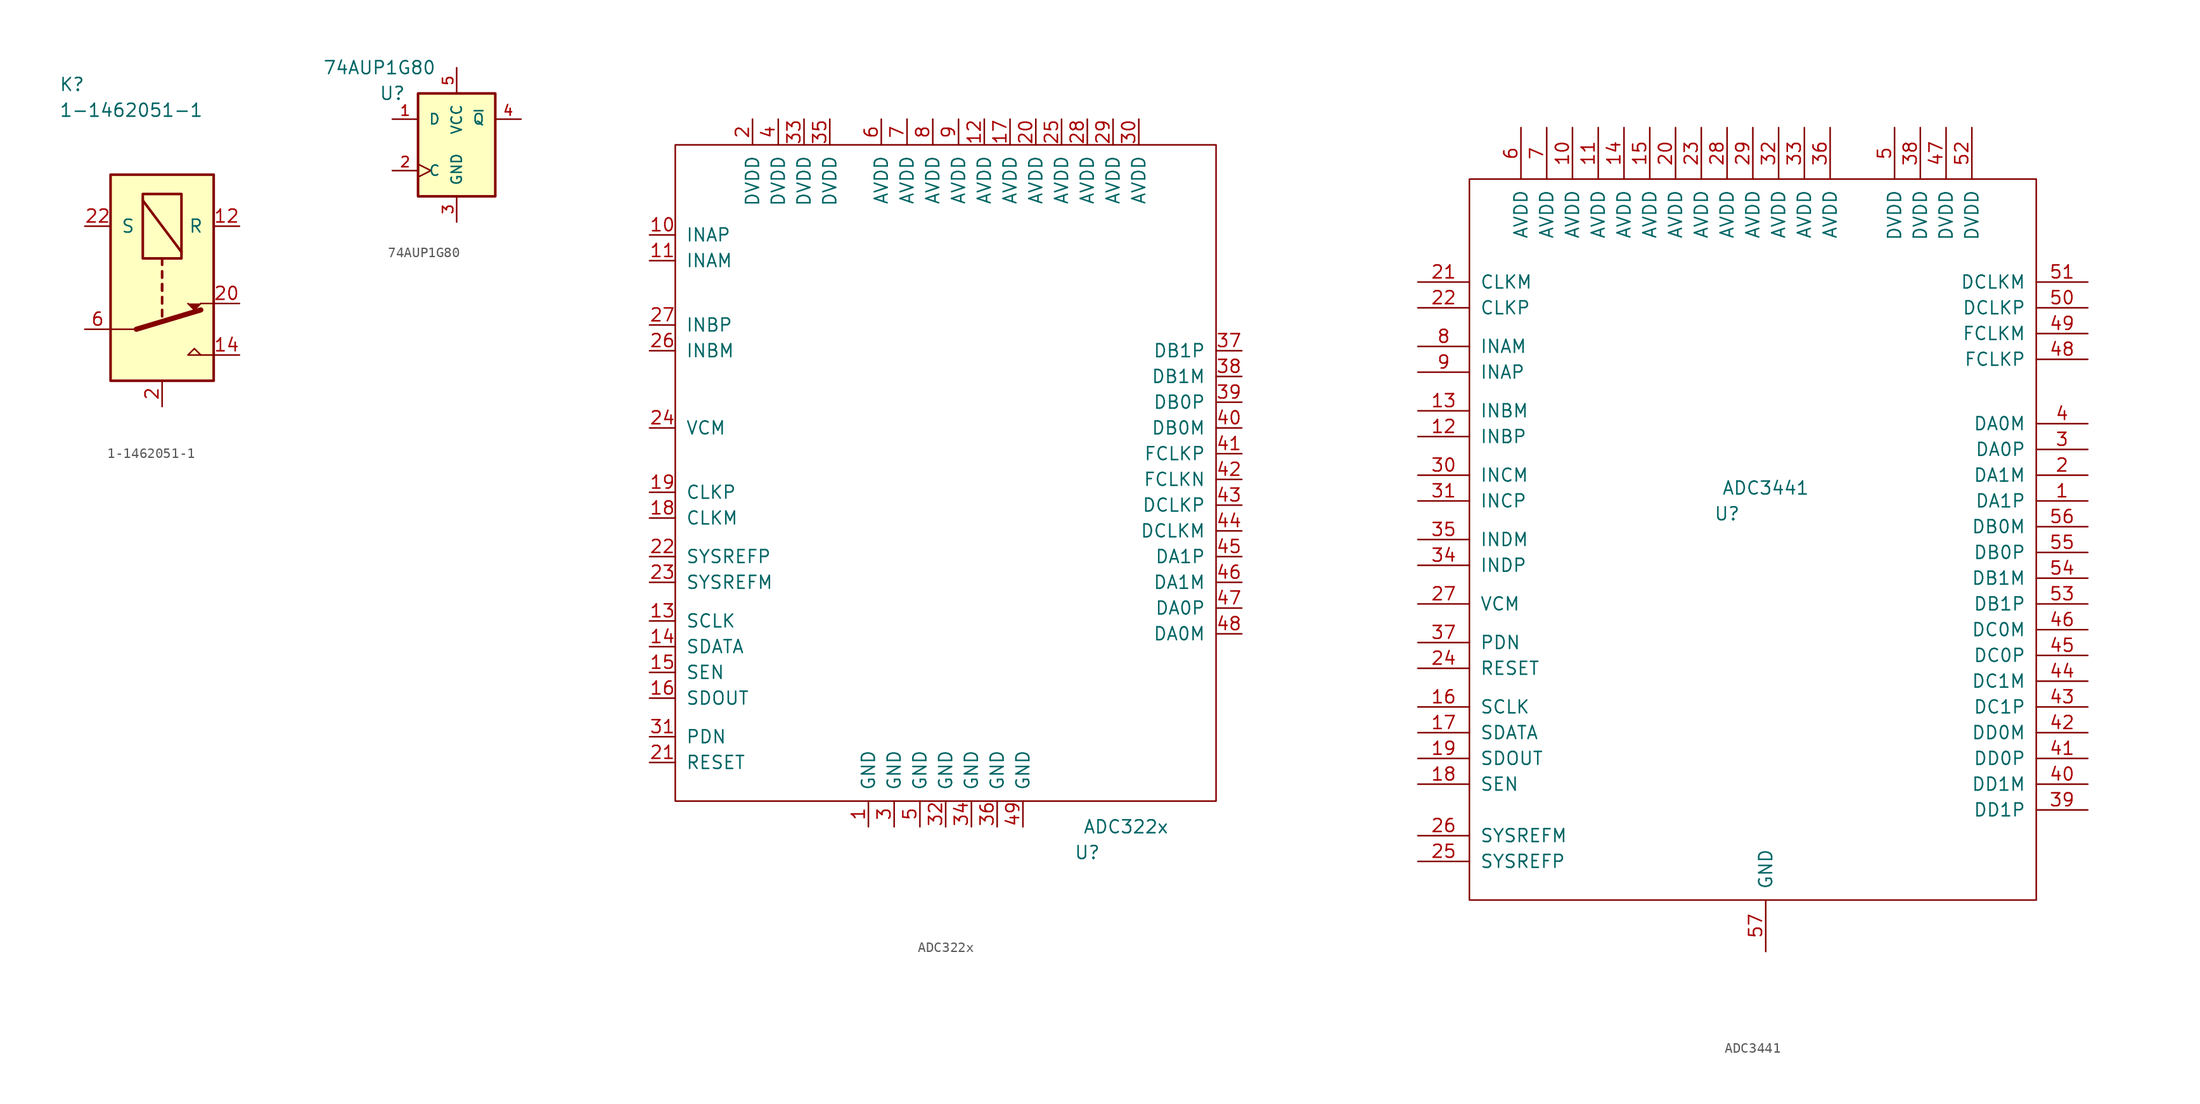
<source format=kicad_sym>
(kicad_symbol_lib
  (version 20201005)
  (generator kicad_symbol_editor)
  (symbol "vna_mm:1-1462051-1"
    (pin_names
      (offset 1.016))
    (property "Reference" "K"
      (at -11.43 19.05 0)
      (effects (font (size 1.27 1.27)) (justify left)))
    (property "Value" "1-1462051-1"
      (at -11.43 16.51 0)
      (effects (font (size 1.27 1.27)) (justify left)))
    (symbol "1-1462051-1_0_0"
      (polyline (pts (xy 2.54 -7.62) (xy 3.81 -7.62)) (stroke (width 0)) (fill (type none)))
      (polyline (pts (xy 2.54 -2.54) (xy 3.81 -2.54)) (stroke (width 0)) (fill (type none)))
      (polyline (pts (xy 2.54 -7.62) (xy 1.27 -7.62) (xy 1.905 -6.985) (xy 2.54 -7.62)) (stroke (width 0)) (fill (type none))))
    (symbol "1-1462051-1_0_1"
      (rectangle (start 0.635 8.255) (end -3.175 1.905) (stroke (width 0.254)) (fill (type none)))
      (rectangle (start 3.81 10.16) (end -6.35 -10.16) (stroke (width 0.254)) (fill (type background)))
      (polyline (pts (xy -3.81 -5.08) (xy -6.35 -5.08)) (stroke (width 0)) (fill (type none)))
      (polyline (pts (xy -3.81 -5.08) (xy 2.54 -3.175)) (stroke (width 0.508)) (fill (type none)))
      (polyline (pts (xy -3.175 7.62) (xy 0.635 2.54)) (stroke (width 0.254)) (fill (type none)))
      (polyline (pts (xy -1.27 -3.175) (xy -1.27 -3.81)) (stroke (width 0.254)) (fill (type none)))
      (polyline (pts (xy -1.27 -1.905) (xy -1.27 -2.54)) (stroke (width 0.254)) (fill (type none)))
      (polyline (pts (xy -1.27 -0.635) (xy -1.27 -1.27)) (stroke (width 0.254)) (fill (type none)))
      (polyline (pts (xy -1.27 -0.635) (xy -1.27 -1.27)) (stroke (width 0.254)) (fill (type none)))
      (polyline (pts (xy -1.27 0.635) (xy -1.27 0)) (stroke (width 0.254)) (fill (type none)))
      (polyline (pts (xy -1.27 1.905) (xy -1.27 1.27)) (stroke (width 0.254)) (fill (type none)))
      (polyline (pts (xy 1.27 -2.54) (xy 1.905 -3.175) (xy 2.54 -2.54)) (stroke (width 0)) (fill (type outline))))
    (symbol "1-1462051-1_1_1"
      (pin passive line (at 6.35 5.08 180) (length 2.54) hide (name "~" (effects (font (size 1.27 1.27)))) (number "1" (effects (font (size 1.27 1.27)))))
      (pin passive line (at -1.27 -12.7 90) (length 2.54) hide (name "~" (effects (font (size 1.27 1.27)))) (number "10" (effects (font (size 1.27 1.27)))))
      (pin passive line (at -8.89 5.08 0) (length 2.54) hide (name "~" (effects (font (size 1.27 1.27)))) (number "11" (effects (font (size 1.27 1.27)))))
      (pin passive line (at 6.35 5.08 180) (length 2.54) (name "R" (effects (font (size 1.27 1.27)))) (number "12" (effects (font (size 1.27 1.27)))))
      (pin passive line (at -1.27 -12.7 90) (length 2.54) hide (name "~" (effects (font (size 1.27 1.27)))) (number "13" (effects (font (size 1.27 1.27)))))
      (pin passive line (at 6.35 -7.62 180) (length 2.54) (name "~" (effects (font (size 1.27 1.27)))) (number "14" (effects (font (size 1.27 1.27)))))
      (pin passive line (at -1.27 -12.7 90) (length 2.54) hide (name "~" (effects (font (size 1.27 1.27)))) (number "15" (effects (font (size 1.27 1.27)))))
      (pin passive line (at -1.27 -12.7 90) (length 2.54) hide (name "~" (effects (font (size 1.27 1.27)))) (number "17" (effects (font (size 1.27 1.27)))))
      (pin passive line (at -1.27 -12.7 90) (length 2.54) hide (name "~" (effects (font (size 1.27 1.27)))) (number "19" (effects (font (size 1.27 1.27)))))
      (pin power_in line (at -1.27 -12.7 90) (length 2.54) (name "~" (effects (font (size 1.27 1.27)))) (number "2" (effects (font (size 1.27 1.27)))))
      (pin passive line (at 6.35 -2.54 180) (length 2.54) (name "~" (effects (font (size 1.27 1.27)))) (number "20" (effects (font (size 1.27 1.27)))))
      (pin passive line (at -1.27 -12.7 90) (length 2.54) hide (name "~" (effects (font (size 1.27 1.27)))) (number "21" (effects (font (size 1.27 1.27)))))
      (pin passive line (at -8.89 5.08 0) (length 2.54) (name "S" (effects (font (size 1.27 1.27)))) (number "22" (effects (font (size 1.27 1.27)))))
      (pin passive line (at -1.27 -12.7 90) (length 2.54) hide (name "~" (effects (font (size 1.27 1.27)))) (number "5" (effects (font (size 1.27 1.27)))))
      (pin passive line (at -8.89 -5.08 0) (length 2.54) (name "~" (effects (font (size 1.27 1.27)))) (number "6" (effects (font (size 1.27 1.27)))))
      (pin passive line (at -1.27 -12.7 90) (length 2.54) hide (name "~" (effects (font (size 1.27 1.27)))) (number "7" (effects (font (size 1.27 1.27)))))))
  (symbol "vna_mm:74AUP1G80"
    (pin_names
      (offset 1.016))
    (property "Reference" "U"
      (at -6.35 5.08 0)
      (effects (font (size 1.27 1.27))))
    (property "Value" "74AUP1G80"
      (at -7.62 7.62 0)
      (effects (font (size 1.27 1.27))))
    (symbol "74AUP1G80_0_1"
      (rectangle (start -3.81 5.08) (end 3.81 -5.08) (stroke (width 0.254)) (fill (type background))))
    (symbol "74AUP1G80_1_1"
      (pin input line (at -6.35 2.54 0) (length 2.54) (name "D" (effects (font (size 1.016 1.016)))) (number "1" (effects (font (size 1.016 1.016)))))
      (pin input clock (at -6.35 -2.54 0) (length 2.54) (name "C" (effects (font (size 1.016 1.016)))) (number "2" (effects (font (size 1.016 1.016)))))
      (pin power_in line (at 0 -7.62 90) (length 2.54) (name "GND" (effects (font (size 1.016 1.016)))) (number "3" (effects (font (size 1.016 1.016)))))
      (pin output line (at 6.35 2.54 180) (length 2.54) (name "~Q" (effects (font (size 1.016 1.016)))) (number "4" (effects (font (size 1.016 1.016)))))
      (pin power_in line (at 0 7.62 270) (length 2.54) (name "VCC" (effects (font (size 1.016 1.016)))) (number "5" (effects (font (size 1.016 1.016)))))))
  (symbol "vna_mm:ADC322x"
    (pin_names
      (offset 1.016))
    (property "Reference" "U"
      (at 13.97 -35.56 0)
      (effects (font (size 1.27 1.27))))
    (property "Value" "ADC322x"
      (at 17.78 -33.02 0)
      (effects (font (size 1.27 1.27))))
    (symbol "ADC322x_0_1"
      (rectangle (start -26.67 34.29) (end 26.67 -30.48) (stroke (width 0)) (fill (type none))))
    (symbol "ADC322x_1_1"
      (pin power_in line (at -7.62 -33.02 90) (length 2.54) (name "GND" (effects (font (size 1.27 1.27)))) (number "1" (effects (font (size 1.27 1.27)))))
      (pin input line (at -29.21 25.4 0) (length 2.54) (name "INAP" (effects (font (size 1.27 1.27)))) (number "10" (effects (font (size 1.27 1.27)))))
      (pin input line (at -29.21 22.86 0) (length 2.54) (name "INAM" (effects (font (size 1.27 1.27)))) (number "11" (effects (font (size 1.27 1.27)))))
      (pin power_in line (at 3.81 36.83 270) (length 2.54) (name "AVDD" (effects (font (size 1.27 1.27)))) (number "12" (effects (font (size 1.27 1.27)))))
      (pin input line (at -29.21 -12.7 0) (length 2.54) (name "SCLK" (effects (font (size 1.27 1.27)))) (number "13" (effects (font (size 1.27 1.27)))))
      (pin input line (at -29.21 -15.24 0) (length 2.54) (name "SDATA" (effects (font (size 1.27 1.27)))) (number "14" (effects (font (size 1.27 1.27)))))
      (pin input line (at -29.21 -17.78 0) (length 2.54) (name "SEN" (effects (font (size 1.27 1.27)))) (number "15" (effects (font (size 1.27 1.27)))))
      (pin output line (at -29.21 -20.32 0) (length 2.54) (name "SDOUT" (effects (font (size 1.27 1.27)))) (number "16" (effects (font (size 1.27 1.27)))))
      (pin power_in line (at 6.35 36.83 270) (length 2.54) (name "AVDD" (effects (font (size 1.27 1.27)))) (number "17" (effects (font (size 1.27 1.27)))))
      (pin input line (at -29.21 -2.54 0) (length 2.54) (name "CLKM" (effects (font (size 1.27 1.27)))) (number "18" (effects (font (size 1.27 1.27)))))
      (pin input line (at -29.21 0 0) (length 2.54) (name "CLKP" (effects (font (size 1.27 1.27)))) (number "19" (effects (font (size 1.27 1.27)))))
      (pin power_in line (at -19.05 36.83 270) (length 2.54) (name "DVDD" (effects (font (size 1.27 1.27)))) (number "2" (effects (font (size 1.27 1.27)))))
      (pin power_in line (at 8.89 36.83 270) (length 2.54) (name "AVDD" (effects (font (size 1.27 1.27)))) (number "20" (effects (font (size 1.27 1.27)))))
      (pin input line (at -29.21 -26.67 0) (length 2.54) (name "RESET" (effects (font (size 1.27 1.27)))) (number "21" (effects (font (size 1.27 1.27)))))
      (pin input line (at -29.21 -6.35 0) (length 2.54) (name "SYSREFP" (effects (font (size 1.27 1.27)))) (number "22" (effects (font (size 1.27 1.27)))))
      (pin input line (at -29.21 -8.89 0) (length 2.54) (name "SYSREFM" (effects (font (size 1.27 1.27)))) (number "23" (effects (font (size 1.27 1.27)))))
      (pin power_in line (at -29.21 6.35 0) (length 2.54) (name "VCM" (effects (font (size 1.27 1.27)))) (number "24" (effects (font (size 1.27 1.27)))))
      (pin power_in line (at 11.43 36.83 270) (length 2.54) (name "AVDD" (effects (font (size 1.27 1.27)))) (number "25" (effects (font (size 1.27 1.27)))))
      (pin input line (at -29.21 13.97 0) (length 2.54) (name "INBM" (effects (font (size 1.27 1.27)))) (number "26" (effects (font (size 1.27 1.27)))))
      (pin input line (at -29.21 16.51 0) (length 2.54) (name "INBP" (effects (font (size 1.27 1.27)))) (number "27" (effects (font (size 1.27 1.27)))))
      (pin power_in line (at 13.97 36.83 270) (length 2.54) (name "AVDD" (effects (font (size 1.27 1.27)))) (number "28" (effects (font (size 1.27 1.27)))))
      (pin power_in line (at 16.51 36.83 270) (length 2.54) (name "AVDD" (effects (font (size 1.27 1.27)))) (number "29" (effects (font (size 1.27 1.27)))))
      (pin power_in line (at -5.08 -33.02 90) (length 2.54) (name "GND" (effects (font (size 1.27 1.27)))) (number "3" (effects (font (size 1.27 1.27)))))
      (pin power_in line (at 19.05 36.83 270) (length 2.54) (name "AVDD" (effects (font (size 1.27 1.27)))) (number "30" (effects (font (size 1.27 1.27)))))
      (pin input line (at -29.21 -24.13 0) (length 2.54) (name "PDN" (effects (font (size 1.27 1.27)))) (number "31" (effects (font (size 1.27 1.27)))))
      (pin power_in line (at 0 -33.02 90) (length 2.54) (name "GND" (effects (font (size 1.27 1.27)))) (number "32" (effects (font (size 1.27 1.27)))))
      (pin power_in line (at -13.97 36.83 270) (length 2.54) (name "DVDD" (effects (font (size 1.27 1.27)))) (number "33" (effects (font (size 1.27 1.27)))))
      (pin power_in line (at 2.54 -33.02 90) (length 2.54) (name "GND" (effects (font (size 1.27 1.27)))) (number "34" (effects (font (size 1.27 1.27)))))
      (pin power_in line (at -11.43 36.83 270) (length 2.54) (name "DVDD" (effects (font (size 1.27 1.27)))) (number "35" (effects (font (size 1.27 1.27)))))
      (pin power_in line (at 5.08 -33.02 90) (length 2.54) (name "GND" (effects (font (size 1.27 1.27)))) (number "36" (effects (font (size 1.27 1.27)))))
      (pin output line (at 29.21 13.97 180) (length 2.54) (name "DB1P" (effects (font (size 1.27 1.27)))) (number "37" (effects (font (size 1.27 1.27)))))
      (pin output line (at 29.21 11.43 180) (length 2.54) (name "DB1M" (effects (font (size 1.27 1.27)))) (number "38" (effects (font (size 1.27 1.27)))))
      (pin output line (at 29.21 8.89 180) (length 2.54) (name "DB0P" (effects (font (size 1.27 1.27)))) (number "39" (effects (font (size 1.27 1.27)))))
      (pin power_in line (at -16.51 36.83 270) (length 2.54) (name "DVDD" (effects (font (size 1.27 1.27)))) (number "4" (effects (font (size 1.27 1.27)))))
      (pin output line (at 29.21 6.35 180) (length 2.54) (name "DB0M" (effects (font (size 1.27 1.27)))) (number "40" (effects (font (size 1.27 1.27)))))
      (pin output line (at 29.21 3.81 180) (length 2.54) (name "FCLKP" (effects (font (size 1.27 1.27)))) (number "41" (effects (font (size 1.27 1.27)))))
      (pin output line (at 29.21 1.27 180) (length 2.54) (name "FCLKN" (effects (font (size 1.27 1.27)))) (number "42" (effects (font (size 1.27 1.27)))))
      (pin output line (at 29.21 -1.27 180) (length 2.54) (name "DCLKP" (effects (font (size 1.27 1.27)))) (number "43" (effects (font (size 1.27 1.27)))))
      (pin output line (at 29.21 -3.81 180) (length 2.54) (name "DCLKM" (effects (font (size 1.27 1.27)))) (number "44" (effects (font (size 1.27 1.27)))))
      (pin output line (at 29.21 -6.35 180) (length 2.54) (name "DA1P" (effects (font (size 1.27 1.27)))) (number "45" (effects (font (size 1.27 1.27)))))
      (pin output line (at 29.21 -8.89 180) (length 2.54) (name "DA1M" (effects (font (size 1.27 1.27)))) (number "46" (effects (font (size 1.27 1.27)))))
      (pin output line (at 29.21 -11.43 180) (length 2.54) (name "DA0P" (effects (font (size 1.27 1.27)))) (number "47" (effects (font (size 1.27 1.27)))))
      (pin output line (at 29.21 -13.97 180) (length 2.54) (name "DA0M" (effects (font (size 1.27 1.27)))) (number "48" (effects (font (size 1.27 1.27)))))
      (pin power_in line (at 7.62 -33.02 90) (length 2.54) (name "GND" (effects (font (size 1.27 1.27)))) (number "49" (effects (font (size 1.27 1.27)))))
      (pin power_in line (at -2.54 -33.02 90) (length 2.54) (name "GND" (effects (font (size 1.27 1.27)))) (number "5" (effects (font (size 1.27 1.27)))))
      (pin power_in line (at -6.35 36.83 270) (length 2.54) (name "AVDD" (effects (font (size 1.27 1.27)))) (number "6" (effects (font (size 1.27 1.27)))))
      (pin power_in line (at -3.81 36.83 270) (length 2.54) (name "AVDD" (effects (font (size 1.27 1.27)))) (number "7" (effects (font (size 1.27 1.27)))))
      (pin power_in line (at -1.27 36.83 270) (length 2.54) (name "AVDD" (effects (font (size 1.27 1.27)))) (number "8" (effects (font (size 1.27 1.27)))))
      (pin power_in line (at 1.27 36.83 270) (length 2.54) (name "AVDD" (effects (font (size 1.27 1.27)))) (number "9" (effects (font (size 1.27 1.27)))))))
  (symbol "vna_mm:ADC3441"
    (pin_names
      (offset 1.016))
    (property "Reference" "U"
      (at -3.81 2.54 0)
      (effects (font (size 1.27 1.27))))
    (property "Value" "ADC3441"
      (at 0 5.08 0)
      (effects (font (size 1.27 1.27))))
    (symbol "ADC3441_0_1"
      (rectangle (start -29.21 35.56) (end 26.67 -35.56) (stroke (width 0)) (fill (type none))))
    (symbol "ADC3441_1_1"
      (pin output line (at 31.75 3.81 180) (length 5.08) (name "DA1P" (effects (font (size 1.27 1.27)))) (number "1" (effects (font (size 1.27 1.27)))))
      (pin power_in line (at -19.05 40.64 270) (length 5.08) (name "AVDD" (effects (font (size 1.27 1.27)))) (number "10" (effects (font (size 1.27 1.27)))))
      (pin power_in line (at -16.51 40.64 270) (length 5.08) (name "AVDD" (effects (font (size 1.27 1.27)))) (number "11" (effects (font (size 1.27 1.27)))))
      (pin input line (at -34.29 10.16 0) (length 5.08) (name "INBP" (effects (font (size 1.27 1.27)))) (number "12" (effects (font (size 1.27 1.27)))))
      (pin input line (at -34.29 12.7 0) (length 5.08) (name "INBM" (effects (font (size 1.27 1.27)))) (number "13" (effects (font (size 1.27 1.27)))))
      (pin power_in line (at -13.97 40.64 270) (length 5.08) (name "AVDD" (effects (font (size 1.27 1.27)))) (number "14" (effects (font (size 1.27 1.27)))))
      (pin power_in line (at -11.43 40.64 270) (length 5.08) (name "AVDD" (effects (font (size 1.27 1.27)))) (number "15" (effects (font (size 1.27 1.27)))))
      (pin input line (at -34.29 -16.51 0) (length 5.08) (name "SCLK" (effects (font (size 1.27 1.27)))) (number "16" (effects (font (size 1.27 1.27)))))
      (pin input line (at -34.29 -19.05 0) (length 5.08) (name "SDATA" (effects (font (size 1.27 1.27)))) (number "17" (effects (font (size 1.27 1.27)))))
      (pin input line (at -34.29 -24.13 0) (length 5.08) (name "SEN" (effects (font (size 1.27 1.27)))) (number "18" (effects (font (size 1.27 1.27)))))
      (pin input line (at -34.29 -21.59 0) (length 5.08) (name "SDOUT" (effects (font (size 1.27 1.27)))) (number "19" (effects (font (size 1.27 1.27)))))
      (pin output line (at 31.75 6.35 180) (length 5.08) (name "DA1M" (effects (font (size 1.27 1.27)))) (number "2" (effects (font (size 1.27 1.27)))))
      (pin power_in line (at -8.89 40.64 270) (length 5.08) (name "AVDD" (effects (font (size 1.27 1.27)))) (number "20" (effects (font (size 1.27 1.27)))))
      (pin input line (at -34.29 25.4 0) (length 5.08) (name "CLKM" (effects (font (size 1.27 1.27)))) (number "21" (effects (font (size 1.27 1.27)))))
      (pin input line (at -34.29 22.86 0) (length 5.08) (name "CLKP" (effects (font (size 1.27 1.27)))) (number "22" (effects (font (size 1.27 1.27)))))
      (pin power_in line (at -6.35 40.64 270) (length 5.08) (name "AVDD" (effects (font (size 1.27 1.27)))) (number "23" (effects (font (size 1.27 1.27)))))
      (pin input line (at -34.29 -12.7 0) (length 5.08) (name "RESET" (effects (font (size 1.27 1.27)))) (number "24" (effects (font (size 1.27 1.27)))))
      (pin input line (at -34.29 -31.75 0) (length 5.08) (name "SYSREFP" (effects (font (size 1.27 1.27)))) (number "25" (effects (font (size 1.27 1.27)))))
      (pin input line (at -34.29 -29.21 0) (length 5.08) (name "SYSREFM" (effects (font (size 1.27 1.27)))) (number "26" (effects (font (size 1.27 1.27)))))
      (pin output line (at -34.29 -6.35 0) (length 5.08) (name "VCM" (effects (font (size 1.27 1.27)))) (number "27" (effects (font (size 1.27 1.27)))))
      (pin power_in line (at -3.81 40.64 270) (length 5.08) (name "AVDD" (effects (font (size 1.27 1.27)))) (number "28" (effects (font (size 1.27 1.27)))))
      (pin power_in line (at -1.27 40.64 270) (length 5.08) (name "AVDD" (effects (font (size 1.27 1.27)))) (number "29" (effects (font (size 1.27 1.27)))))
      (pin output line (at 31.75 8.89 180) (length 5.08) (name "DA0P" (effects (font (size 1.27 1.27)))) (number "3" (effects (font (size 1.27 1.27)))))
      (pin input line (at -34.29 6.35 0) (length 5.08) (name "INCM" (effects (font (size 1.27 1.27)))) (number "30" (effects (font (size 1.27 1.27)))))
      (pin input line (at -34.29 3.81 0) (length 5.08) (name "INCP" (effects (font (size 1.27 1.27)))) (number "31" (effects (font (size 1.27 1.27)))))
      (pin power_in line (at 1.27 40.64 270) (length 5.08) (name "AVDD" (effects (font (size 1.27 1.27)))) (number "32" (effects (font (size 1.27 1.27)))))
      (pin power_in line (at 3.81 40.64 270) (length 5.08) (name "AVDD" (effects (font (size 1.27 1.27)))) (number "33" (effects (font (size 1.27 1.27)))))
      (pin input line (at -34.29 -2.54 0) (length 5.08) (name "INDP" (effects (font (size 1.27 1.27)))) (number "34" (effects (font (size 1.27 1.27)))))
      (pin input line (at -34.29 0 0) (length 5.08) (name "INDM" (effects (font (size 1.27 1.27)))) (number "35" (effects (font (size 1.27 1.27)))))
      (pin power_in line (at 6.35 40.64 270) (length 5.08) (name "AVDD" (effects (font (size 1.27 1.27)))) (number "36" (effects (font (size 1.27 1.27)))))
      (pin input line (at -34.29 -10.16 0) (length 5.08) (name "PDN" (effects (font (size 1.27 1.27)))) (number "37" (effects (font (size 1.27 1.27)))))
      (pin power_in line (at 15.24 40.64 270) (length 5.08) (name "DVDD" (effects (font (size 1.27 1.27)))) (number "38" (effects (font (size 1.27 1.27)))))
      (pin output line (at 31.75 -26.67 180) (length 5.08) (name "DD1P" (effects (font (size 1.27 1.27)))) (number "39" (effects (font (size 1.27 1.27)))))
      (pin output line (at 31.75 11.43 180) (length 5.08) (name "DA0M" (effects (font (size 1.27 1.27)))) (number "4" (effects (font (size 1.27 1.27)))))
      (pin output line (at 31.75 -24.13 180) (length 5.08) (name "DD1M" (effects (font (size 1.27 1.27)))) (number "40" (effects (font (size 1.27 1.27)))))
      (pin output line (at 31.75 -21.59 180) (length 5.08) (name "DD0P" (effects (font (size 1.27 1.27)))) (number "41" (effects (font (size 1.27 1.27)))))
      (pin output line (at 31.75 -19.05 180) (length 5.08) (name "DD0M" (effects (font (size 1.27 1.27)))) (number "42" (effects (font (size 1.27 1.27)))))
      (pin output line (at 31.75 -16.51 180) (length 5.08) (name "DC1P" (effects (font (size 1.27 1.27)))) (number "43" (effects (font (size 1.27 1.27)))))
      (pin output line (at 31.75 -13.97 180) (length 5.08) (name "DC1M" (effects (font (size 1.27 1.27)))) (number "44" (effects (font (size 1.27 1.27)))))
      (pin output line (at 31.75 -11.43 180) (length 5.08) (name "DC0P" (effects (font (size 1.27 1.27)))) (number "45" (effects (font (size 1.27 1.27)))))
      (pin output line (at 31.75 -8.89 180) (length 5.08) (name "DC0M" (effects (font (size 1.27 1.27)))) (number "46" (effects (font (size 1.27 1.27)))))
      (pin power_in line (at 17.78 40.64 270) (length 5.08) (name "DVDD" (effects (font (size 1.27 1.27)))) (number "47" (effects (font (size 1.27 1.27)))))
      (pin output line (at 31.75 17.78 180) (length 5.08) (name "FCLKP" (effects (font (size 1.27 1.27)))) (number "48" (effects (font (size 1.27 1.27)))))
      (pin output line (at 31.75 20.32 180) (length 5.08) (name "FCLKM" (effects (font (size 1.27 1.27)))) (number "49" (effects (font (size 1.27 1.27)))))
      (pin power_in line (at 12.7 40.64 270) (length 5.08) (name "DVDD" (effects (font (size 1.27 1.27)))) (number "5" (effects (font (size 1.27 1.27)))))
      (pin output line (at 31.75 22.86 180) (length 5.08) (name "DCLKP" (effects (font (size 1.27 1.27)))) (number "50" (effects (font (size 1.27 1.27)))))
      (pin output line (at 31.75 25.4 180) (length 5.08) (name "DCLKM" (effects (font (size 1.27 1.27)))) (number "51" (effects (font (size 1.27 1.27)))))
      (pin power_in line (at 20.32 40.64 270) (length 5.08) (name "DVDD" (effects (font (size 1.27 1.27)))) (number "52" (effects (font (size 1.27 1.27)))))
      (pin output line (at 31.75 -6.35 180) (length 5.08) (name "DB1P" (effects (font (size 1.27 1.27)))) (number "53" (effects (font (size 1.27 1.27)))))
      (pin output line (at 31.75 -3.81 180) (length 5.08) (name "DB1M" (effects (font (size 1.27 1.27)))) (number "54" (effects (font (size 1.27 1.27)))))
      (pin output line (at 31.75 -1.27 180) (length 5.08) (name "DB0P" (effects (font (size 1.27 1.27)))) (number "55" (effects (font (size 1.27 1.27)))))
      (pin output line (at 31.75 1.27 180) (length 5.08) (name "DB0M" (effects (font (size 1.27 1.27)))) (number "56" (effects (font (size 1.27 1.27)))))
      (pin power_in line (at 0 -40.64 90) (length 5.08) (name "GND" (effects (font (size 1.27 1.27)))) (number "57" (effects (font (size 1.27 1.27)))))
      (pin power_in line (at -24.13 40.64 270) (length 5.08) (name "AVDD" (effects (font (size 1.27 1.27)))) (number "6" (effects (font (size 1.27 1.27)))))
      (pin power_in line (at -21.59 40.64 270) (length 5.08) (name "AVDD" (effects (font (size 1.27 1.27)))) (number "7" (effects (font (size 1.27 1.27)))))
      (pin input line (at -34.29 19.05 0) (length 5.08) (name "INAM" (effects (font (size 1.27 1.27)))) (number "8" (effects (font (size 1.27 1.27)))))
      (pin input line (at -34.29 16.51 0) (length 5.08) (name "INAP" (effects (font (size 1.27 1.27)))) (number "9" (effects (font (size 1.27 1.27))))))))
</source>
